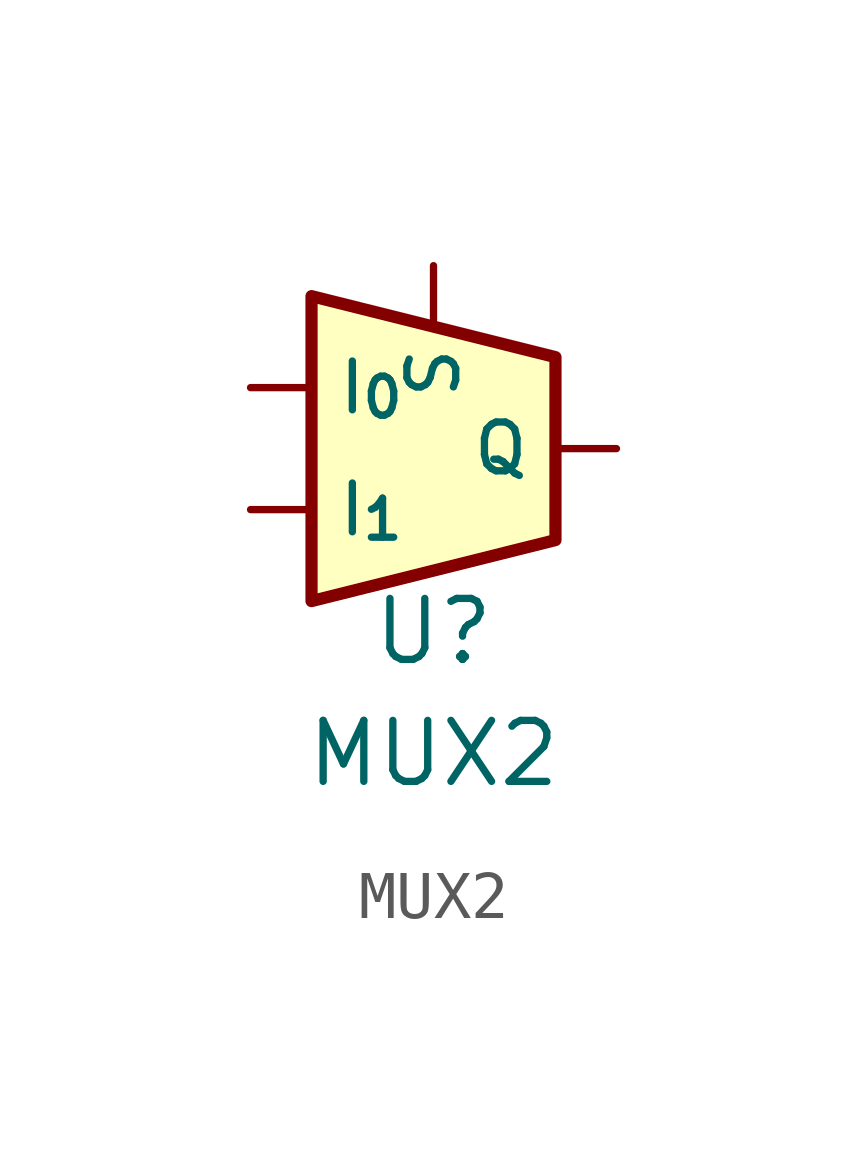
<source format=kicad_sym>
(kicad_symbol_lib
  (version 20231120)
  (generator "kicad_symbol_editor")
  (generator_version "8.0")
  (symbol "MUX2"
    (pin_numbers hide)
    (property "Reference" "U"
      (at 0 -3.81 0)
      (effects (font (size 1.27 1.27))))
    (property "Value" "MUX2"
      (at 0 -6.35 0)
      (effects (font (size 1.27 1.27))))
    (symbol "MUX2_0_1"
      (polyline (pts (xy -2.54 3.175) (xy -2.54 -3.175) (xy 2.54 -1.905) (xy 2.54 1.905) (xy -2.54 3.175)) (stroke (width 0.254) (type default)) (fill (type background))))
    (symbol "MUX2_1_1"
      (pin passive line (at -3.81 1.27 0) (length 1.27) (name "I_{0}" (effects (font (size 1.016 1.016)))) (number "" (effects (font (size 1.27 1.27)))))
      (pin passive line (at -3.81 -1.27 0) (length 1.27) (name "I_{1}" (effects (font (size 1.016 1.016)))) (number "" (effects (font (size 1.27 1.27)))))
      (pin passive line (at 3.81 0 180) (length 1.27) (name "Q" (effects (font (size 1.016 1.016)))) (number "" (effects (font (size 1.27 1.27)))))
      (pin passive line (at 0 3.81 270) (length 1.143) (name "S" (effects (font (size 1.016 1.016)))) (number "" (effects (font (size 1.27 1.27))))))))
</source>
